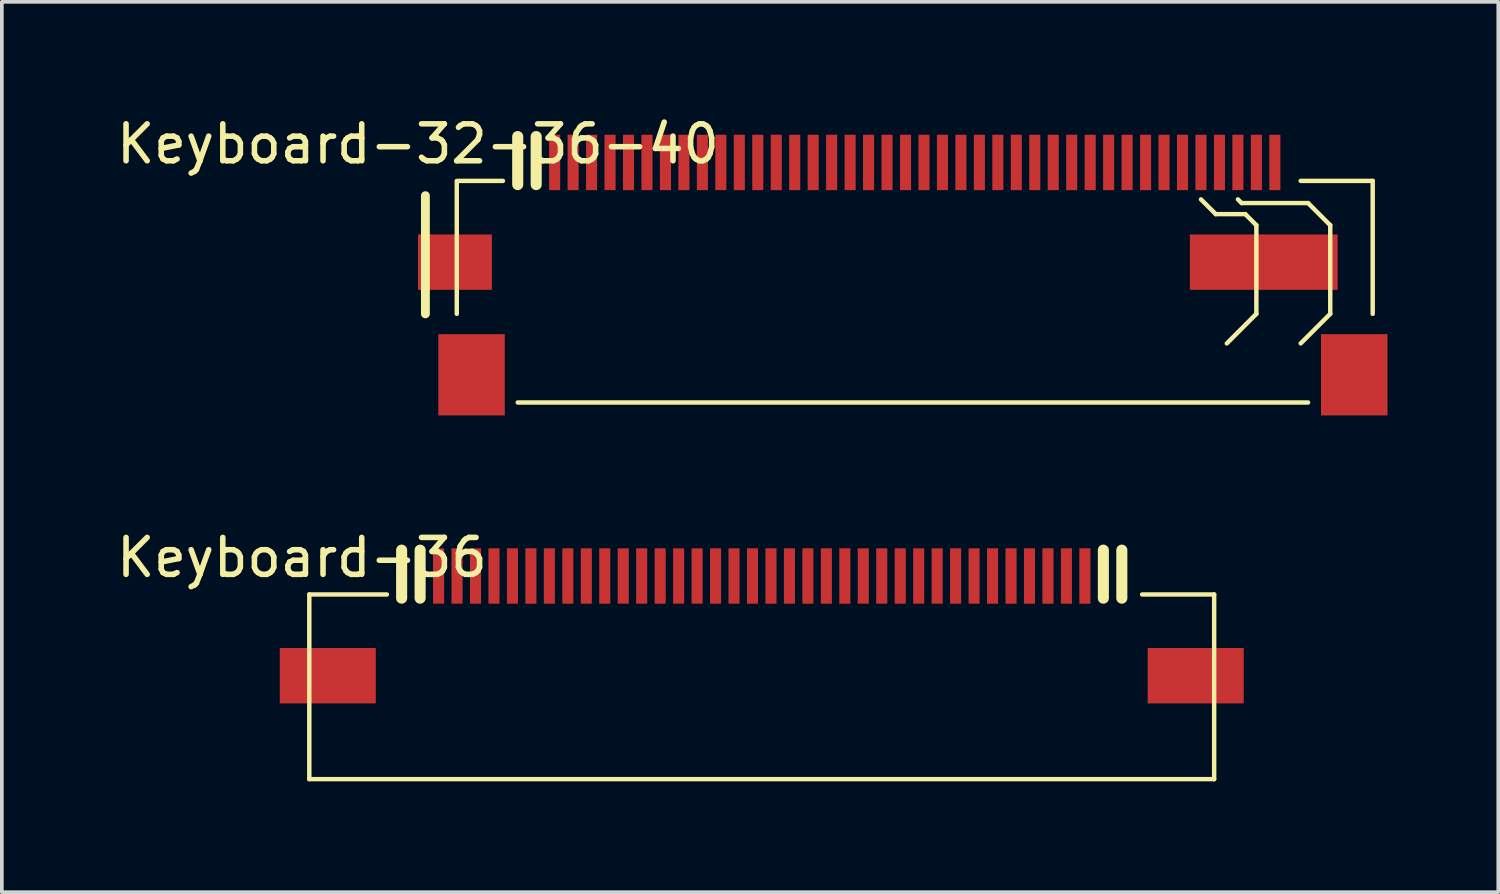
<source format=kicad_pcb>
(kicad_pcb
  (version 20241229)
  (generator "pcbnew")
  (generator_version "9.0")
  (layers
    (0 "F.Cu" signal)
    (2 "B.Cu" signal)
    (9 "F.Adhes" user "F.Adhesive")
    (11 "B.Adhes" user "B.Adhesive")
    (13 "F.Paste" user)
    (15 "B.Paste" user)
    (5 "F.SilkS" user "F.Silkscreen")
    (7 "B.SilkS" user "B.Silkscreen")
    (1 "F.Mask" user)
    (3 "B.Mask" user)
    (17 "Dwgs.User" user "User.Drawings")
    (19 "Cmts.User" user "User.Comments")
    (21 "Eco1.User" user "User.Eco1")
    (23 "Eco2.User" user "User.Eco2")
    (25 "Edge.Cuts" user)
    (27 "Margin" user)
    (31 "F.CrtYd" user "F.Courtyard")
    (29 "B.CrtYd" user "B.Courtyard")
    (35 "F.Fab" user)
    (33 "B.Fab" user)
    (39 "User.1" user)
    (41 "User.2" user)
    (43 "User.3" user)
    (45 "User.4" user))
  (footprint "Keyboard-32-36-40"
    (layer "F.Cu")
    (at 11.968 1.448)
    (property "Reference" "Keyboard-32-36-40" (at -3.7 -0.6 0) (layer "F.SilkS") (effects (font (size 1 1) (thickness 0.15))))
    (attr through_hole)
    (fp_line (start -3.5 4) (end -3.5 0.8) (stroke (width 0.24) (type solid)) (layer "F.SilkS"))
    (fp_line (start -2.65 4) (end -2.65 0.4) (stroke (width 0.12) (type solid)) (layer "F.SilkS"))
    (fp_line (start -2.6 0.4) (end -1.4 0.4) (stroke (width 0.12) (type solid)) (layer "F.SilkS"))
    (fp_line (start -1 -0.8) (end -1 0.5) (stroke (width 0.3) (type solid)) (layer "F.SilkS"))
    (fp_line (start -1 6.4) (end 20.4 6.4) (stroke (width 0.12) (type solid)) (layer "F.SilkS"))
    (fp_line (start -0.5 -0.8) (end -0.5 0.5) (stroke (width 0.3) (type solid)) (layer "F.SilkS"))
    (fp_line (start 17.5 0.9) (end 17.9 1.3) (stroke (width 0.12) (type solid)) (layer "F.SilkS"))
    (fp_line (start 17.9 1.3) (end 18.7 1.3) (stroke (width 0.12) (type solid)) (layer "F.SilkS"))
    (fp_line (start 18.6 1) (end 18.5 0.9) (stroke (width 0.12) (type solid)) (layer "F.SilkS"))
    (fp_line (start 18.6 1) (end 20.4 1) (stroke (width 0.12) (type solid)) (layer "F.SilkS"))
    (fp_line (start 18.7 1.3) (end 19 1.6) (stroke (width 0.12) (type solid)) (layer "F.SilkS"))
    (fp_line (start 19 4) (end 18.2 4.8) (stroke (width 0.12) (type solid)) (layer "F.SilkS"))
    (fp_line (start 19 4) (end 19 1.6) (stroke (width 0.12) (type solid)) (layer "F.SilkS"))
    (fp_line (start 20.2 0.4) (end 22.15 0.4) (stroke (width 0.12) (type solid)) (layer "F.SilkS"))
    (fp_line (start 20.4 1) (end 21 1.6) (stroke (width 0.12) (type solid)) (layer "F.SilkS"))
    (fp_line (start 21 4) (end 20.2 4.8) (stroke (width 0.12) (type solid)) (layer "F.SilkS"))
    (fp_line (start 21 4) (end 21 1.6) (stroke (width 0.12) (type solid)) (layer "F.SilkS"))
    (fp_line (start 22.15 0.4) (end 22.15 4) (stroke (width 0.12) (type solid)) (layer "F.SilkS"))
    (pad "1" smd rect (at 0 -0.1) (size 0.3 1.5) (layers "F.Cu" "F.Mask" "F.Paste"))
    (pad "2" smd rect (at 0.5 -0.1) (size 0.3 1.5) (layers "F.Cu" "F.Mask" "F.Paste"))
    (pad "3" smd rect (at 1 -0.1) (size 0.3 1.5) (layers "F.Cu" "F.Mask" "F.Paste"))
    (pad "4" smd rect (at 1.5 -0.1) (size 0.3 1.5) (layers "F.Cu" "F.Mask" "F.Paste"))
    (pad "5" smd rect (at 2 -0.1) (size 0.3 1.5) (layers "F.Cu" "F.Mask" "F.Paste"))
    (pad "6" smd rect (at 2.5 -0.1) (size 0.3 1.5) (layers "F.Cu" "F.Mask" "F.Paste"))
    (pad "7" smd rect (at 3 -0.1) (size 0.3 1.5) (layers "F.Cu" "F.Mask" "F.Paste"))
    (pad "8" smd rect (at 3.5 -0.1) (size 0.3 1.5) (layers "F.Cu" "F.Mask" "F.Paste"))
    (pad "9" smd rect (at 4 -0.1) (size 0.3 1.5) (layers "F.Cu" "F.Mask" "F.Paste"))
    (pad "10" smd rect (at 4.5 -0.1) (size 0.3 1.5) (layers "F.Cu" "F.Mask" "F.Paste"))
    (pad "11" smd rect (at 5 -0.1) (size 0.3 1.5) (layers "F.Cu" "F.Mask" "F.Paste"))
    (pad "12" smd rect (at 5.5 -0.1) (size 0.3 1.5) (layers "F.Cu" "F.Mask" "F.Paste"))
    (pad "13" smd rect (at 6 -0.1) (size 0.3 1.5) (layers "F.Cu" "F.Mask" "F.Paste"))
    (pad "14" smd rect (at 6.5 -0.1) (size 0.3 1.5) (layers "F.Cu" "F.Mask" "F.Paste"))
    (pad "15" smd rect (at 7 -0.1) (size 0.3 1.5) (layers "F.Cu" "F.Mask" "F.Paste"))
    (pad "16" smd rect (at 7.5 -0.1) (size 0.3 1.5) (layers "F.Cu" "F.Mask" "F.Paste"))
    (pad "17" smd rect (at 8 -0.1) (size 0.3 1.5) (layers "F.Cu" "F.Mask" "F.Paste"))
    (pad "18" smd rect (at 8.5 -0.1) (size 0.3 1.5) (layers "F.Cu" "F.Mask" "F.Paste"))
    (pad "19" smd rect (at 9 -0.1) (size 0.3 1.5) (layers "F.Cu" "F.Mask" "F.Paste"))
    (pad "20" smd rect (at 9.5 -0.1) (size 0.3 1.5) (layers "F.Cu" "F.Mask" "F.Paste"))
    (pad "21" smd rect (at 10 -0.1) (size 0.3 1.5) (layers "F.Cu" "F.Mask" "F.Paste"))
    (pad "22" smd rect (at 10.5 -0.1) (size 0.3 1.5) (layers "F.Cu" "F.Mask" "F.Paste"))
    (pad "23" smd rect (at 11 -0.1) (size 0.3 1.5) (layers "F.Cu" "F.Mask" "F.Paste"))
    (pad "24" smd rect (at 11.5 -0.1) (size 0.3 1.5) (layers "F.Cu" "F.Mask" "F.Paste"))
    (pad "25" smd rect (at 12 -0.1) (size 0.3 1.5) (layers "F.Cu" "F.Mask" "F.Paste"))
    (pad "26" smd rect (at 12.5 -0.1) (size 0.3 1.5) (layers "F.Cu" "F.Mask" "F.Paste"))
    (pad "27" smd rect (at 13 -0.1) (size 0.3 1.5) (layers "F.Cu" "F.Mask" "F.Paste"))
    (pad "28" smd rect (at 13.5 -0.1) (size 0.3 1.5) (layers "F.Cu" "F.Mask" "F.Paste"))
    (pad "29" smd rect (at 14 -0.1) (size 0.3 1.5) (layers "F.Cu" "F.Mask" "F.Paste"))
    (pad "30" smd rect (at 14.5 -0.1) (size 0.3 1.5) (layers "F.Cu" "F.Mask" "F.Paste"))
    (pad "31" smd rect (at 15 -0.1) (size 0.3 1.5) (layers "F.Cu" "F.Mask" "F.Paste"))
    (pad "32" smd rect (at 15.5 -0.1) (size 0.3 1.5) (layers "F.Cu" "F.Mask" "F.Paste"))
    (pad "33" smd rect (at 16 -0.1) (size 0.3 1.5) (layers "F.Cu" "F.Mask" "F.Paste"))
    (pad "34" smd rect (at 16.5 -0.1) (size 0.3 1.5) (layers "F.Cu" "F.Mask" "F.Paste"))
    (pad "35" smd rect (at 17 -0.1) (size 0.3 1.5) (layers "F.Cu" "F.Mask" "F.Paste"))
    (pad "36" smd rect (at 17.5 -0.1) (size 0.3 1.5) (layers "F.Cu" "F.Mask" "F.Paste"))
    (pad "37" smd rect (at 18 -0.1) (size 0.3 1.5) (layers "F.Cu" "F.Mask" "F.Paste"))
    (pad "38" smd rect (at 18.5 -0.1) (size 0.3 1.5) (layers "F.Cu" "F.Mask" "F.Paste"))
    (pad "39" smd rect (at 19 -0.1) (size 0.3 1.5) (layers "F.Cu" "F.Mask" "F.Paste"))
    (pad "40" smd rect (at 19.5 -0.1) (size 0.3 1.5) (layers "F.Cu" "F.Mask" "F.Paste"))
    (pad "MP" smd rect (at -2.7 2.6) (size 2 1.5) (layers "F.Cu" "F.Mask" "F.Paste"))
    (pad "MP" smd rect (at -2.25 5.65) (size 1.8 2.2) (layers "F.Cu" "F.Mask" "F.Paste"))
    (pad "MP" smd rect (at 19.2 2.6) (size 4 1.5) (layers "F.Cu" "F.Mask" "F.Paste"))
    (pad "MP" smd rect (at 21.65 5.65) (size 1.8 2.2) (layers "F.Cu" "F.Mask" "F.Paste")))
  (footprint "Keyboard-36"
    (layer "F.Cu")
    (at 8.825 12.646)
    (property "Reference" "Keyboard-36" (at -3.7 -0.6 0) (layer "F.SilkS") (effects (font (size 1 1) (thickness 0.15))))
    (attr through_hole)
    (fp_line (start -3.5 0.4) (end -1.4 0.4) (stroke (width 0.12) (type solid)) (layer "F.SilkS"))
    (fp_line (start -3.5 5.4) (end -3.5 0.4) (stroke (width 0.12) (type solid)) (layer "F.SilkS"))
    (fp_line (start -3.5 5.4) (end 21 5.4) (stroke (width 0.12) (type solid)) (layer "F.SilkS"))
    (fp_line (start -1 -0.8) (end -1 0.5) (stroke (width 0.3) (type solid)) (layer "F.SilkS"))
    (fp_line (start -0.5 -0.8) (end -0.5 0.5) (stroke (width 0.3) (type solid)) (layer "F.SilkS"))
    (fp_line (start 18 -0.8) (end 18 0.5) (stroke (width 0.3) (type solid)) (layer "F.SilkS"))
    (fp_line (start 18.5 -0.8) (end 18.5 0.5) (stroke (width 0.3) (type solid)) (layer "F.SilkS"))
    (fp_line (start 19.05 0.4) (end 21 0.4) (stroke (width 0.12) (type solid)) (layer "F.SilkS"))
    (fp_line (start 21 5.4) (end 21 0.4) (stroke (width 0.12) (type solid)) (layer "F.SilkS"))
    (pad "1" smd rect (at 0 -0.1) (size 0.3 1.5) (layers "F.Cu" "F.Mask" "F.Paste"))
    (pad "2" smd rect (at 0.5 -0.1) (size 0.3 1.5) (layers "F.Cu" "F.Mask" "F.Paste"))
    (pad "3" smd rect (at 1 -0.1) (size 0.3 1.5) (layers "F.Cu" "F.Mask" "F.Paste"))
    (pad "4" smd rect (at 1.5 -0.1) (size 0.3 1.5) (layers "F.Cu" "F.Mask" "F.Paste"))
    (pad "5" smd rect (at 2 -0.1) (size 0.3 1.5) (layers "F.Cu" "F.Mask" "F.Paste"))
    (pad "6" smd rect (at 2.5 -0.1) (size 0.3 1.5) (layers "F.Cu" "F.Mask" "F.Paste"))
    (pad "7" smd rect (at 3 -0.1) (size 0.3 1.5) (layers "F.Cu" "F.Mask" "F.Paste"))
    (pad "8" smd rect (at 3.5 -0.1) (size 0.3 1.5) (layers "F.Cu" "F.Mask" "F.Paste"))
    (pad "9" smd rect (at 4 -0.1) (size 0.3 1.5) (layers "F.Cu" "F.Mask" "F.Paste"))
    (pad "10" smd rect (at 4.5 -0.1) (size 0.3 1.5) (layers "F.Cu" "F.Mask" "F.Paste"))
    (pad "11" smd rect (at 5 -0.1) (size 0.3 1.5) (layers "F.Cu" "F.Mask" "F.Paste"))
    (pad "12" smd rect (at 5.5 -0.1) (size 0.3 1.5) (layers "F.Cu" "F.Mask" "F.Paste"))
    (pad "13" smd rect (at 6 -0.1) (size 0.3 1.5) (layers "F.Cu" "F.Mask" "F.Paste"))
    (pad "14" smd rect (at 6.5 -0.1) (size 0.3 1.5) (layers "F.Cu" "F.Mask" "F.Paste"))
    (pad "15" smd rect (at 7 -0.1) (size 0.3 1.5) (layers "F.Cu" "F.Mask" "F.Paste"))
    (pad "16" smd rect (at 7.5 -0.1) (size 0.3 1.5) (layers "F.Cu" "F.Mask" "F.Paste"))
    (pad "17" smd rect (at 8 -0.1) (size 0.3 1.5) (layers "F.Cu" "F.Mask" "F.Paste"))
    (pad "18" smd rect (at 8.5 -0.1) (size 0.3 1.5) (layers "F.Cu" "F.Mask" "F.Paste"))
    (pad "19" smd rect (at 9 -0.1) (size 0.3 1.5) (layers "F.Cu" "F.Mask" "F.Paste"))
    (pad "20" smd rect (at 9.5 -0.1) (size 0.3 1.5) (layers "F.Cu" "F.Mask" "F.Paste"))
    (pad "21" smd rect (at 10 -0.1) (size 0.3 1.5) (layers "F.Cu" "F.Mask" "F.Paste"))
    (pad "22" smd rect (at 10.5 -0.1) (size 0.3 1.5) (layers "F.Cu" "F.Mask" "F.Paste"))
    (pad "23" smd rect (at 11 -0.1) (size 0.3 1.5) (layers "F.Cu" "F.Mask" "F.Paste"))
    (pad "24" smd rect (at 11.5 -0.1) (size 0.3 1.5) (layers "F.Cu" "F.Mask" "F.Paste"))
    (pad "25" smd rect (at 12 -0.1) (size 0.3 1.5) (layers "F.Cu" "F.Mask" "F.Paste"))
    (pad "26" smd rect (at 12.5 -0.1) (size 0.3 1.5) (layers "F.Cu" "F.Mask" "F.Paste"))
    (pad "27" smd rect (at 13 -0.1) (size 0.3 1.5) (layers "F.Cu" "F.Mask" "F.Paste"))
    (pad "28" smd rect (at 13.5 -0.1) (size 0.3 1.5) (layers "F.Cu" "F.Mask" "F.Paste"))
    (pad "29" smd rect (at 14 -0.1) (size 0.3 1.5) (layers "F.Cu" "F.Mask" "F.Paste"))
    (pad "30" smd rect (at 14.5 -0.1) (size 0.3 1.5) (layers "F.Cu" "F.Mask" "F.Paste"))
    (pad "31" smd rect (at 15 -0.1) (size 0.3 1.5) (layers "F.Cu" "F.Mask" "F.Paste"))
    (pad "32" smd rect (at 15.5 -0.1) (size 0.3 1.5) (layers "F.Cu" "F.Mask" "F.Paste"))
    (pad "33" smd rect (at 16 -0.1) (size 0.3 1.5) (layers "F.Cu" "F.Mask" "F.Paste"))
    (pad "34" smd rect (at 16.5 -0.1) (size 0.3 1.5) (layers "F.Cu" "F.Mask" "F.Paste"))
    (pad "35" smd rect (at 17 -0.1) (size 0.3 1.5) (layers "F.Cu" "F.Mask" "F.Paste"))
    (pad "36" smd rect (at 17.5 -0.1) (size 0.3 1.5) (layers "F.Cu" "F.Mask" "F.Paste"))
    (pad "MP0" smd rect (at -3 2.6) (size 2.6 1.5) (layers "F.Cu" "F.Mask" "F.Paste"))
    (pad "MP1" smd rect (at 20.5 2.6) (size 2.6 1.5) (layers "F.Cu" "F.Mask" "F.Paste")))
  (gr_rect
    (start -3 -3)
    (end 37.518 21.107)
    (stroke (width 0.1) (type default))
    (fill no)
    (layer "Edge.Cuts")))
</source>
